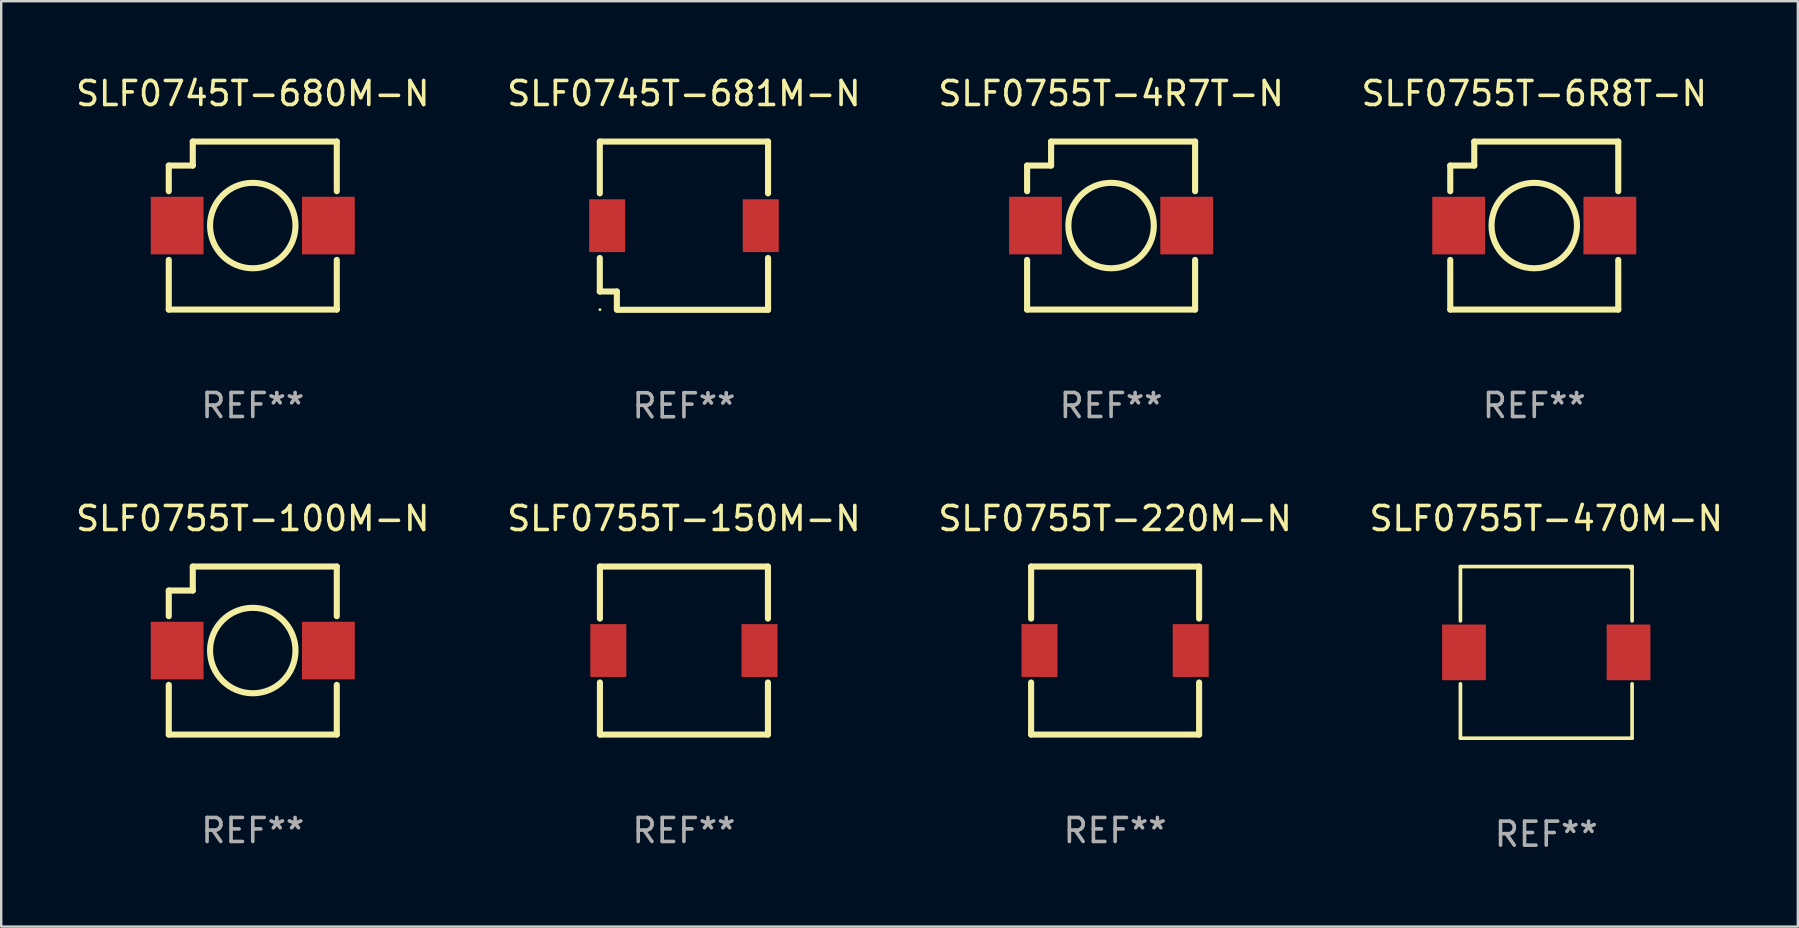
<source format=kicad_pcb>
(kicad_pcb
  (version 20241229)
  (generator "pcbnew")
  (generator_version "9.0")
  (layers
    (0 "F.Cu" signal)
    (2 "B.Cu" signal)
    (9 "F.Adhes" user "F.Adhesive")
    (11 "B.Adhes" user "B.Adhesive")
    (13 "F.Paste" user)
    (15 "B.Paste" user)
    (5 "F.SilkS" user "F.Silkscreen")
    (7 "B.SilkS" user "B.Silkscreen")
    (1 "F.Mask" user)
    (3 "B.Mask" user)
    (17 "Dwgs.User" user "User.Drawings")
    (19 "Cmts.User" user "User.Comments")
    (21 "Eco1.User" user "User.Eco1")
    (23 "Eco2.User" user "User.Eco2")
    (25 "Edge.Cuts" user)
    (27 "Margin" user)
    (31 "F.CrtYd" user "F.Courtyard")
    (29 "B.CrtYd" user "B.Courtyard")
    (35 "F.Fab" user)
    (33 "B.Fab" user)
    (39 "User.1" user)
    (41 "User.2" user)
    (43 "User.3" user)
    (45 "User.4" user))
  (footprint "SLF0755T-150M-N"
    (layer "F.Cu")
    (at 25.446 24.055)
    (property "Reference" "SLF0755T-150M-N" (at 0 -5.5 0) (layer "F.SilkS") (effects (font (size 1 1) (thickness 0.15))))
    (attr through_hole)
    (fp_line (start -3.5 -3.5) (end -3.5 -1.331) (stroke (width 0.254) (type solid)) (layer "F.SilkS"))
    (fp_line (start -3.5 -3.5) (end 3.5 -3.5) (stroke (width 0.254) (type solid)) (layer "F.SilkS"))
    (fp_line (start -3.5 1.331) (end -3.5 3.5) (stroke (width 0.254) (type solid)) (layer "F.SilkS"))
    (fp_line (start -3.5 3.5) (end 3.5 3.5) (stroke (width 0.254) (type solid)) (layer "F.SilkS"))
    (fp_line (start 3.5 -1.331) (end 3.5 -3.5) (stroke (width 0.254) (type solid)) (layer "F.SilkS"))
    (fp_line (start 3.5 3.5) (end 3.5 1.331) (stroke (width 0.254) (type solid)) (layer "F.SilkS"))
    (fp_circle (center -3.5 3.5) (end -3.47 3.5) (stroke (width 0.06) (type solid)) (fill no) (layer "F.SilkS"))
    (fp_text user "REF**" (at 0 7.5 0) (layer "F.Fab") (effects (font (size 1 1) (thickness 0.15))))
    (pad "1" smd rect (at -3.15 0 270) (size 2.2 1.5) (layers "F.Cu" "F.Mask" "F.Paste"))
    (pad "2" smd rect (at 3.15 0 270) (size 2.2 1.5) (layers "F.Cu" "F.Mask" "F.Paste")))
  (footprint "SLF0745T-680M-N"
    (layer "F.Cu")
    (at 7.482 6.348)
    (property "Reference" "SLF0745T-680M-N" (at 0 -5.5 0) (layer "F.SilkS") (effects (font (size 1 1) (thickness 0.15))))
    (attr through_hole)
    (fp_line (start -3.5 -2.5) (end -3.5 -1.431) (stroke (width 0.254) (type solid)) (layer "F.SilkS"))
    (fp_line (start -3.5 1.431) (end -3.5 3.5) (stroke (width 0.254) (type solid)) (layer "F.SilkS"))
    (fp_line (start -3.5 3.5) (end 3.5 3.5) (stroke (width 0.254) (type solid)) (layer "F.SilkS"))
    (fp_line (start -2.5 -3.5) (end -2.5 -2.5) (stroke (width 0.254) (type solid)) (layer "F.SilkS"))
    (fp_line (start -2.5 -2.5) (end -3.5 -2.5) (stroke (width 0.254) (type solid)) (layer "F.SilkS"))
    (fp_line (start 3.5 -3.5) (end -2.5 -3.5) (stroke (width 0.254) (type solid)) (layer "F.SilkS"))
    (fp_line (start 3.5 -1.431) (end 3.5 -3.5) (stroke (width 0.254) (type solid)) (layer "F.SilkS"))
    (fp_line (start 3.5 3.5) (end 3.5 1.431) (stroke (width 0.254) (type solid)) (layer "F.SilkS"))
    (fp_circle (center -3.5 3.5) (end -3.47 3.5) (stroke (width 0.06) (type solid)) (fill no) (layer "F.SilkS"))
    (fp_circle (center -0.000127 0) (end 1.78 0) (stroke (width 0.254) (type solid)) (fill no) (layer "F.SilkS"))
    (fp_text user "REF**" (at 0 7.5 0) (layer "F.Fab") (effects (font (size 1 1) (thickness 0.15))))
    (pad "1" smd rect (at -3.15 0) (size 2.2 2.4) (layers "F.Cu" "F.Mask" "F.Paste"))
    (pad "2" smd rect (at 3.15 0) (size 2.2 2.4) (layers "F.Cu" "F.Mask" "F.Paste")))
  (footprint "SLF0755T-100M-N"
    (layer "F.Cu")
    (at 7.482 24.055)
    (property "Reference" "SLF0755T-100M-N" (at 0 -5.5 0) (layer "F.SilkS") (effects (font (size 1 1) (thickness 0.15))))
    (attr through_hole)
    (fp_line (start -3.5 -2.5) (end -3.5 -1.431) (stroke (width 0.254) (type solid)) (layer "F.SilkS"))
    (fp_line (start -3.5 1.431) (end -3.5 3.5) (stroke (width 0.254) (type solid)) (layer "F.SilkS"))
    (fp_line (start -3.5 3.5) (end 3.5 3.5) (stroke (width 0.254) (type solid)) (layer "F.SilkS"))
    (fp_line (start -2.5 -3.5) (end -2.5 -2.5) (stroke (width 0.254) (type solid)) (layer "F.SilkS"))
    (fp_line (start -2.5 -2.5) (end -3.5 -2.5) (stroke (width 0.254) (type solid)) (layer "F.SilkS"))
    (fp_line (start 3.5 -3.5) (end -2.5 -3.5) (stroke (width 0.254) (type solid)) (layer "F.SilkS"))
    (fp_line (start 3.5 -1.431) (end 3.5 -3.5) (stroke (width 0.254) (type solid)) (layer "F.SilkS"))
    (fp_line (start 3.5 3.5) (end 3.5 1.431) (stroke (width 0.254) (type solid)) (layer "F.SilkS"))
    (fp_circle (center -3.5 3.5) (end -3.47 3.5) (stroke (width 0.06) (type solid)) (fill no) (layer "F.SilkS"))
    (fp_circle (center -0.000127 0) (end 1.78 0) (stroke (width 0.254) (type solid)) (fill no) (layer "F.SilkS"))
    (fp_text user "REF**" (at 0 7.5 0) (layer "F.Fab") (effects (font (size 1 1) (thickness 0.15))))
    (pad "1" smd rect (at -3.15 0) (size 2.2 2.4) (layers "F.Cu" "F.Mask" "F.Paste"))
    (pad "2" smd rect (at 3.15 0) (size 2.2 2.4) (layers "F.Cu" "F.Mask" "F.Paste")))
  (footprint "SLF0755T-220M-N"
    (layer "F.Cu")
    (at 43.411 24.055)
    (property "Reference" "SLF0755T-220M-N" (at 0 -5.5 0) (layer "F.SilkS") (effects (font (size 1 1) (thickness 0.15))))
    (attr through_hole)
    (fp_line (start -3.5 -3.5) (end -3.5 -1.331) (stroke (width 0.254) (type solid)) (layer "F.SilkS"))
    (fp_line (start -3.5 -3.5) (end 3.5 -3.5) (stroke (width 0.254) (type solid)) (layer "F.SilkS"))
    (fp_line (start -3.5 1.331) (end -3.5 3.5) (stroke (width 0.254) (type solid)) (layer "F.SilkS"))
    (fp_line (start -3.5 3.5) (end 3.5 3.5) (stroke (width 0.254) (type solid)) (layer "F.SilkS"))
    (fp_line (start 3.5 -1.331) (end 3.5 -3.5) (stroke (width 0.254) (type solid)) (layer "F.SilkS"))
    (fp_line (start 3.5 3.5) (end 3.5 1.331) (stroke (width 0.254) (type solid)) (layer "F.SilkS"))
    (fp_circle (center -3.5 3.5) (end -3.47 3.5) (stroke (width 0.06) (type solid)) (fill no) (layer "F.SilkS"))
    (fp_text user "REF**" (at 0 7.5 0) (layer "F.Fab") (effects (font (size 1 1) (thickness 0.15))))
    (pad "1" smd rect (at -3.15 0 270) (size 2.2 1.5) (layers "F.Cu" "F.Mask" "F.Paste"))
    (pad "2" smd rect (at 3.15 0 270) (size 2.2 1.5) (layers "F.Cu" "F.Mask" "F.Paste")))
  (footprint "SLF0755T-6R8T-N"
    (layer "F.Cu")
    (at 60.875 6.348)
    (property "Reference" "SLF0755T-6R8T-N" (at 0 -5.5 0) (layer "F.SilkS") (effects (font (size 1 1) (thickness 0.15))))
    (attr through_hole)
    (fp_line (start -3.5 -2.5) (end -3.5 -1.431) (stroke (width 0.254) (type solid)) (layer "F.SilkS"))
    (fp_line (start -3.5 1.431) (end -3.5 3.5) (stroke (width 0.254) (type solid)) (layer "F.SilkS"))
    (fp_line (start -3.5 3.5) (end 3.5 3.5) (stroke (width 0.254) (type solid)) (layer "F.SilkS"))
    (fp_line (start -2.5 -3.5) (end -2.5 -2.5) (stroke (width 0.254) (type solid)) (layer "F.SilkS"))
    (fp_line (start -2.5 -2.5) (end -3.5 -2.5) (stroke (width 0.254) (type solid)) (layer "F.SilkS"))
    (fp_line (start 3.5 -3.5) (end -2.5 -3.5) (stroke (width 0.254) (type solid)) (layer "F.SilkS"))
    (fp_line (start 3.5 -1.431) (end 3.5 -3.5) (stroke (width 0.254) (type solid)) (layer "F.SilkS"))
    (fp_line (start 3.5 3.5) (end 3.5 1.431) (stroke (width 0.254) (type solid)) (layer "F.SilkS"))
    (fp_circle (center -3.5 3.5) (end -3.47 3.5) (stroke (width 0.06) (type solid)) (fill no) (layer "F.SilkS"))
    (fp_circle (center -0.000127 0) (end 1.78 0) (stroke (width 0.254) (type solid)) (fill no) (layer "F.SilkS"))
    (fp_text user "REF**" (at 0 7.5 0) (layer "F.Fab") (effects (font (size 1 1) (thickness 0.15))))
    (pad "1" smd rect (at -3.15 0) (size 2.2 2.4) (layers "F.Cu" "F.Mask" "F.Paste"))
    (pad "2" smd rect (at 3.15 0) (size 2.2 2.4) (layers "F.Cu" "F.Mask" "F.Paste")))
  (footprint "SLF0755T-4R7T-N"
    (layer "F.Cu")
    (at 43.244 6.348)
    (property "Reference" "SLF0755T-4R7T-N" (at 0 -5.5 0) (layer "F.SilkS") (effects (font (size 1 1) (thickness 0.15))))
    (attr through_hole)
    (fp_line (start -3.5 -2.5) (end -3.5 -1.431) (stroke (width 0.254) (type solid)) (layer "F.SilkS"))
    (fp_line (start -3.5 1.431) (end -3.5 3.5) (stroke (width 0.254) (type solid)) (layer "F.SilkS"))
    (fp_line (start -3.5 3.5) (end 3.5 3.5) (stroke (width 0.254) (type solid)) (layer "F.SilkS"))
    (fp_line (start -2.5 -3.5) (end -2.5 -2.5) (stroke (width 0.254) (type solid)) (layer "F.SilkS"))
    (fp_line (start -2.5 -2.5) (end -3.5 -2.5) (stroke (width 0.254) (type solid)) (layer "F.SilkS"))
    (fp_line (start 3.5 -3.5) (end -2.5 -3.5) (stroke (width 0.254) (type solid)) (layer "F.SilkS"))
    (fp_line (start 3.5 -1.431) (end 3.5 -3.5) (stroke (width 0.254) (type solid)) (layer "F.SilkS"))
    (fp_line (start 3.5 3.5) (end 3.5 1.431) (stroke (width 0.254) (type solid)) (layer "F.SilkS"))
    (fp_circle (center -3.5 3.5) (end -3.47 3.5) (stroke (width 0.06) (type solid)) (fill no) (layer "F.SilkS"))
    (fp_circle (center -0.000127 0) (end 1.78 0) (stroke (width 0.254) (type solid)) (fill no) (layer "F.SilkS"))
    (fp_text user "REF**" (at 0 7.5 0) (layer "F.Fab") (effects (font (size 1 1) (thickness 0.15))))
    (pad "1" smd rect (at -3.15 0) (size 2.2 2.4) (layers "F.Cu" "F.Mask" "F.Paste"))
    (pad "2" smd rect (at 3.15 0) (size 2.2 2.4) (layers "F.Cu" "F.Mask" "F.Paste")))
  (footprint "SLF0755T-470M-N"
    (layer "F.Cu")
    (at 61.375 24.131)
    (property "Reference" "SLF0755T-470M-N" (at 0 -5.576 0) (layer "F.SilkS") (effects (font (size 1 1) (thickness 0.15))))
    (attr through_hole)
    (fp_line (start -3.576 -3.576) (end 3.576 -3.576) (stroke (width 0.152) (type solid)) (layer "F.SilkS"))
    (fp_line (start -3.576 -1.312) (end -3.576 -3.576) (stroke (width 0.152) (type solid)) (layer "F.SilkS"))
    (fp_line (start -3.576 1.312) (end -3.576 3.576) (stroke (width 0.152) (type solid)) (layer "F.SilkS"))
    (fp_line (start -3.576 3.576) (end 3.576 3.576) (stroke (width 0.152) (type solid)) (layer "F.SilkS"))
    (fp_line (start 3.576 -3.576) (end 3.576 -1.312) (stroke (width 0.152) (type solid)) (layer "F.SilkS"))
    (fp_line (start 3.576 3.576) (end 3.576 1.312) (stroke (width 0.152) (type solid)) (layer "F.SilkS"))
    (fp_circle (center 3.5 -3.5) (end 3.53 -3.5) (stroke (width 0.06) (type solid)) (fill no) (layer "F.SilkS"))
    (fp_text user "REF**" (at 0 7.576 0) (layer "F.Fab") (effects (font (size 1 1) (thickness 0.15))))
    (pad "1" smd rect (at 3.428 0) (size 1.824 2.32) (layers "F.Cu" "F.Mask" "F.Paste"))
    (pad "2" smd rect (at -3.428 0) (size 1.824 2.32) (layers "F.Cu" "F.Mask" "F.Paste")))
  (footprint "SLF0745T-681M-N"
    (layer "F.Cu")
    (at 25.446 6.353)
    (property "Reference" "SLF0745T-681M-N" (at 0 -5.505 0) (layer "F.SilkS") (effects (font (size 1 1) (thickness 0.15))))
    (attr through_hole)
    (fp_line (start -3.505 -3.505) (end 3.505 -3.505) (stroke (width 0.254) (type solid)) (layer "F.SilkS"))
    (fp_line (start -3.505 -1.346) (end -3.505 -3.505) (stroke (width 0.254) (type solid)) (layer "F.SilkS"))
    (fp_line (start -3.505 1.346) (end -3.505 2.743) (stroke (width 0.254) (type solid)) (layer "F.SilkS"))
    (fp_line (start -3.505 2.743) (end -2.794 2.743) (stroke (width 0.254) (type solid)) (layer "F.SilkS"))
    (fp_line (start -2.794 2.743) (end -2.794 3.505) (stroke (width 0.254) (type solid)) (layer "F.SilkS"))
    (fp_line (start -2.743 3.505) (end 3.505 3.505) (stroke (width 0.254) (type solid)) (layer "F.SilkS"))
    (fp_line (start 3.505 -3.505) (end 3.505 -1.346) (stroke (width 0.254) (type solid)) (layer "F.SilkS"))
    (fp_line (start 3.505 3.505) (end 3.505 1.346) (stroke (width 0.254) (type solid)) (layer "F.SilkS"))
    (fp_circle (center -3.499 3.5) (end -3.469 3.5) (stroke (width 0.06) (type solid)) (fill no) (layer "F.SilkS"))
    (fp_text user "REF**" (at 0 7.505 0) (layer "F.Fab") (effects (font (size 1 1) (thickness 0.15))))
    (pad "1" smd rect (at -3.199 0.000127 90) (size 2.2 1.5) (layers "F.Cu" "F.Mask" "F.Paste"))
    (pad "2" smd rect (at 3.201 0.000127 90) (size 2.2 1.5) (layers "F.Cu" "F.Mask" "F.Paste")))
  (gr_rect
    (start -3 -3)
    (end 71.857 35.556)
    (stroke (width 0.1) (type default))
    (fill no)
    (layer "Edge.Cuts")))
</source>
